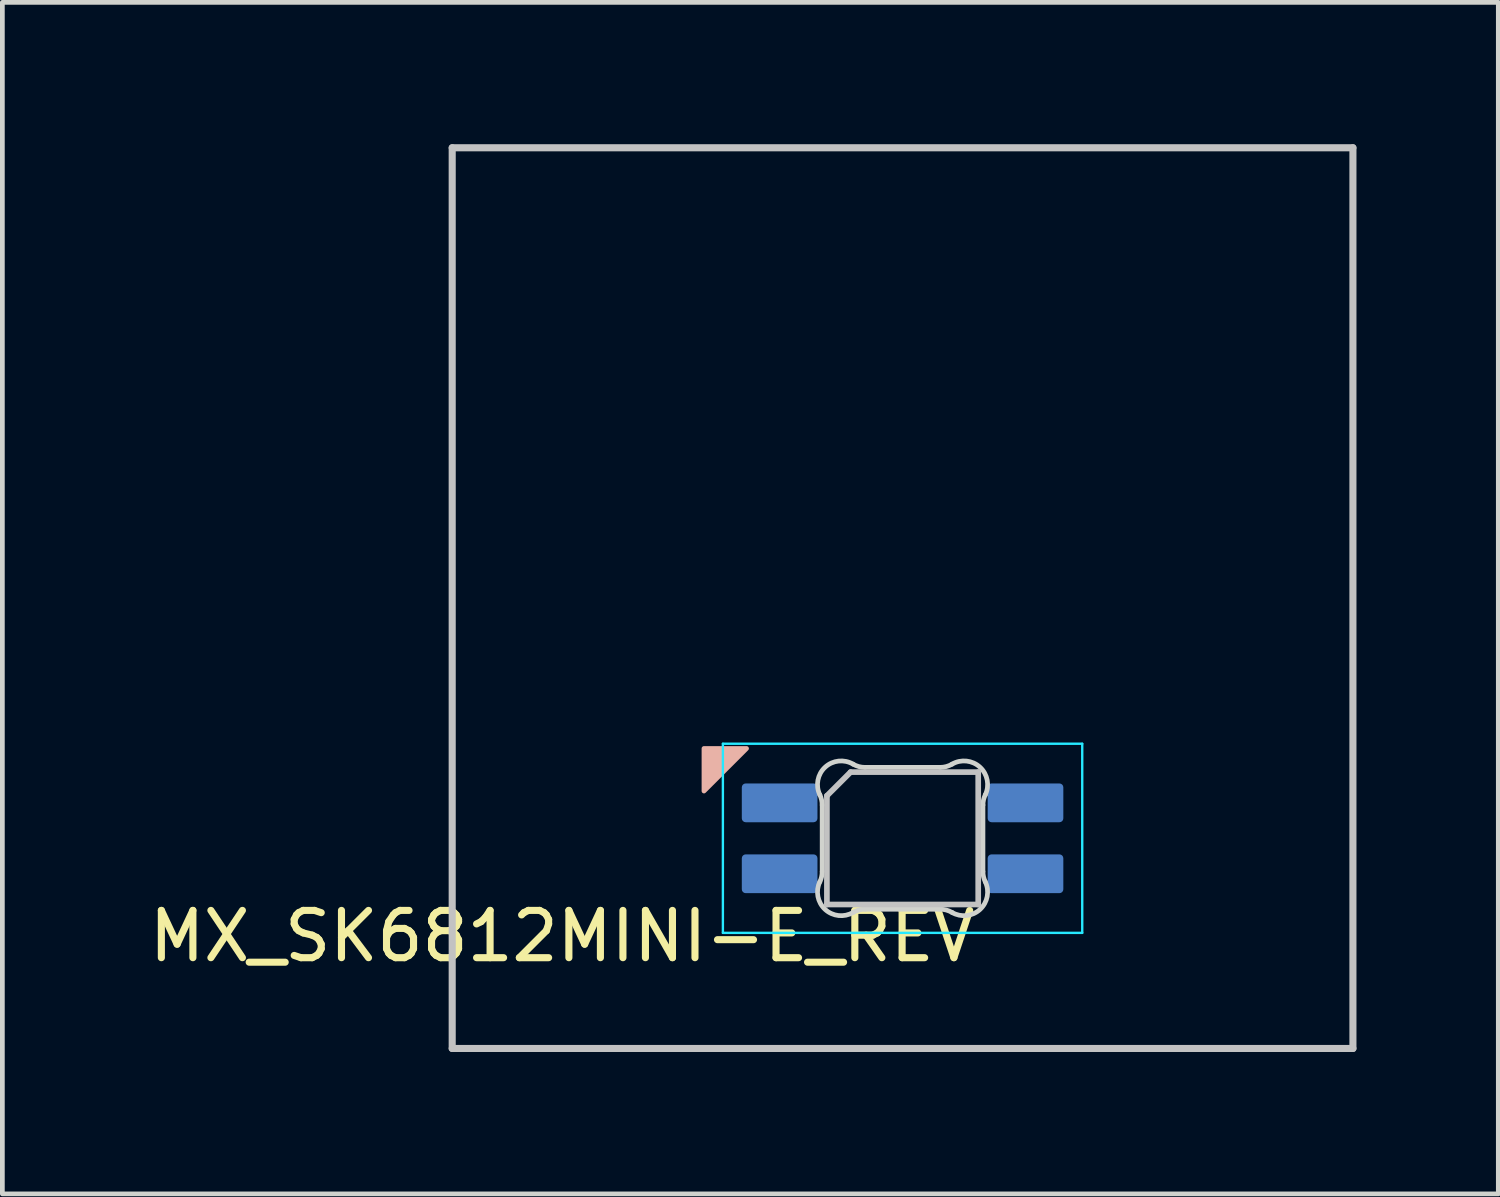
<source format=kicad_pcb>
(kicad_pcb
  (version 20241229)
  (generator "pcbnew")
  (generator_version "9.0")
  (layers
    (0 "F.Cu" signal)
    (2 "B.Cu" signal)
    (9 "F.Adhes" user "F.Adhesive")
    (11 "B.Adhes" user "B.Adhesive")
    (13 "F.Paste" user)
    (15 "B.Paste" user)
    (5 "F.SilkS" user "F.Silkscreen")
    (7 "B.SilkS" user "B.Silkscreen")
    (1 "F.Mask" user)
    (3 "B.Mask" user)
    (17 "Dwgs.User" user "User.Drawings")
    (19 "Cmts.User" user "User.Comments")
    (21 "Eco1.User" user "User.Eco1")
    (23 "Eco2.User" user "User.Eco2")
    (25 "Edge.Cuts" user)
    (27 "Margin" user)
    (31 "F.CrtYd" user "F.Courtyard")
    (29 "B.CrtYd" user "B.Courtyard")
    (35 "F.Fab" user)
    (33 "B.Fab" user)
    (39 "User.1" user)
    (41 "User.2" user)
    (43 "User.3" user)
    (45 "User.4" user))
  (footprint "MX_SK6812MINI-E_REV"
    (layer "F.Cu")
    (at 16.039 9.6)
    (property "Reference" "MX_SK6812MINI-E_REV" (at -7.2 7.15 0) (layer "F.SilkS") (effects (font (size 1 1) (thickness 0.15))))
    (attr through_hole)
    (fp_poly (pts (xy -4.2 4.08) (xy -3.3 3.18) (xy -4.2 3.18)) (stroke (width 0.1) (type solid)) (fill yes) (layer "B.SilkS"))
    (fp_line (start -9.525 -9.525) (end 9.525 -9.525) (stroke (width 0.15) (type solid)) (layer "Dwgs.User"))
    (fp_line (start -9.525 9.525) (end -9.525 -9.525) (stroke (width 0.15) (type solid)) (layer "Dwgs.User"))
    (fp_line (start -1.6 4.18) (end -1.6 6.48) (stroke (width 0.12) (type solid)) (layer "Dwgs.User"))
    (fp_line (start -1.6 4.18) (end -1.1 3.68) (stroke (width 0.12) (type solid)) (layer "Dwgs.User"))
    (fp_line (start -1.6 6.48) (end 1.6 6.48) (stroke (width 0.12) (type solid)) (layer "Dwgs.User"))
    (fp_line (start 1.6 3.68) (end -1.1 3.68) (stroke (width 0.12) (type solid)) (layer "Dwgs.User"))
    (fp_line (start 1.6 6.48) (end 1.6 3.68) (stroke (width 0.12) (type solid)) (layer "Dwgs.User"))
    (fp_line (start 9.525 -9.525) (end 9.525 9.525) (stroke (width 0.15) (type solid)) (layer "Dwgs.User"))
    (fp_line (start 9.525 9.525) (end -9.525 9.525) (stroke (width 0.15) (type solid)) (layer "Dwgs.User"))
    (fp_line (start -1.7 5.783) (end -1.7 4.377) (stroke (width 0.1) (type solid)) (layer "Edge.Cuts"))
    (fp_line (start -0.794 3.58) (end 0.794 3.58) (stroke (width 0.1) (type solid)) (layer "Edge.Cuts"))
    (fp_line (start 0.794 6.58) (end -0.794 6.58) (stroke (width 0.1) (type solid)) (layer "Edge.Cuts"))
    (fp_line (start 1.7 4.377) (end 1.7 5.783) (stroke (width 0.1) (type solid)) (layer "Edge.Cuts"))
    (fp_arc (start -1.749484 4.16028) (mid -1.712527 4.265932) (end -1.699999 4.377158) (stroke (width 0.1) (type solid)) (layer "Edge.Cuts"))
    (fp_arc (start -1.749484 4.160281) (mid -1.638072 3.575965) (end -1.046711 3.511701) (stroke (width 0.1) (type solid)) (layer "Edge.Cuts"))
    (fp_arc (start -1.699999 5.782843) (mid -1.712527 5.894068) (end -1.749484 5.99972) (stroke (width 0.1) (type solid)) (layer "Edge.Cuts"))
    (fp_arc (start -1.046711 6.648298) (mid -1.638071 6.584034) (end -1.749484 5.99972) (stroke (width 0.1) (type solid)) (layer "Edge.Cuts"))
    (fp_arc (start -1.046711 6.648298) (mid -0.925123 6.597376) (end -0.794453 6.579999) (stroke (width 0.1) (type solid)) (layer "Edge.Cuts"))
    (fp_arc (start -0.794452 3.58) (mid -0.925123 3.562623) (end -1.046711 3.511701) (stroke (width 0.1) (type solid)) (layer "Edge.Cuts"))
    (fp_arc (start 0.794453 6.58) (mid 0.925123 6.597377) (end 1.046711 6.648299) (stroke (width 0.1) (type solid)) (layer "Edge.Cuts"))
    (fp_arc (start 1.04671 3.511701) (mid 0.925122 3.562623) (end 0.794452 3.58) (stroke (width 0.1) (type solid)) (layer "Edge.Cuts"))
    (fp_arc (start 1.046711 3.511703) (mid 1.63807 3.575966) (end 1.749484 4.16028) (stroke (width 0.1) (type solid)) (layer "Edge.Cuts"))
    (fp_arc (start 1.699999 4.377157) (mid 1.712527 4.265932) (end 1.749484 4.16028) (stroke (width 0.1) (type solid)) (layer "Edge.Cuts"))
    (fp_arc (start 1.749484 5.99972) (mid 1.638071 6.584035) (end 1.046711 6.648299) (stroke (width 0.1) (type solid)) (layer "Edge.Cuts"))
    (fp_arc (start 1.749484 5.99972) (mid 1.712527 5.894068) (end 1.699999 5.782842) (stroke (width 0.1) (type solid)) (layer "Edge.Cuts"))
    (fp_line (start -3.8 3.08) (end -3.8 7.08) (stroke (width 0.05) (type solid)) (layer "B.CrtYd"))
    (fp_line (start -3.8 7.08) (end 3.8 7.08) (stroke (width 0.05) (type solid)) (layer "B.CrtYd"))
    (fp_line (start 3.8 3.08) (end -3.8 3.08) (stroke (width 0.05) (type solid)) (layer "B.CrtYd"))
    (fp_line (start 3.8 7.08) (end 3.8 3.08) (stroke (width 0.05) (type solid)) (layer "B.CrtYd"))
    (pad "1" smd roundrect (at 2.6 5.83 90) (size 0.82 1.6) (layers "B.Cu" "B.Mask" "B.Paste") (roundrect_rratio 0.1))
    (pad "2" smd roundrect (at 2.6 4.33 90) (size 0.82 1.6) (layers "B.Cu" "B.Mask" "B.Paste") (roundrect_rratio 0.1))
    (pad "3" smd roundrect (at -2.6 4.33 90) (size 0.82 1.6) (layers "B.Cu" "B.Mask" "B.Paste") (roundrect_rratio 0.1))
    (pad "4" smd roundrect (at -2.6 5.83 90) (size 0.82 1.6) (layers "B.Cu" "B.Mask" "B.Paste") (roundrect_rratio 0.1)))
  (gr_rect
    (start -3 -3)
    (end 28.639 22.2)
    (stroke (width 0.1) (type default))
    (fill no)
    (layer "Edge.Cuts")))
</source>
